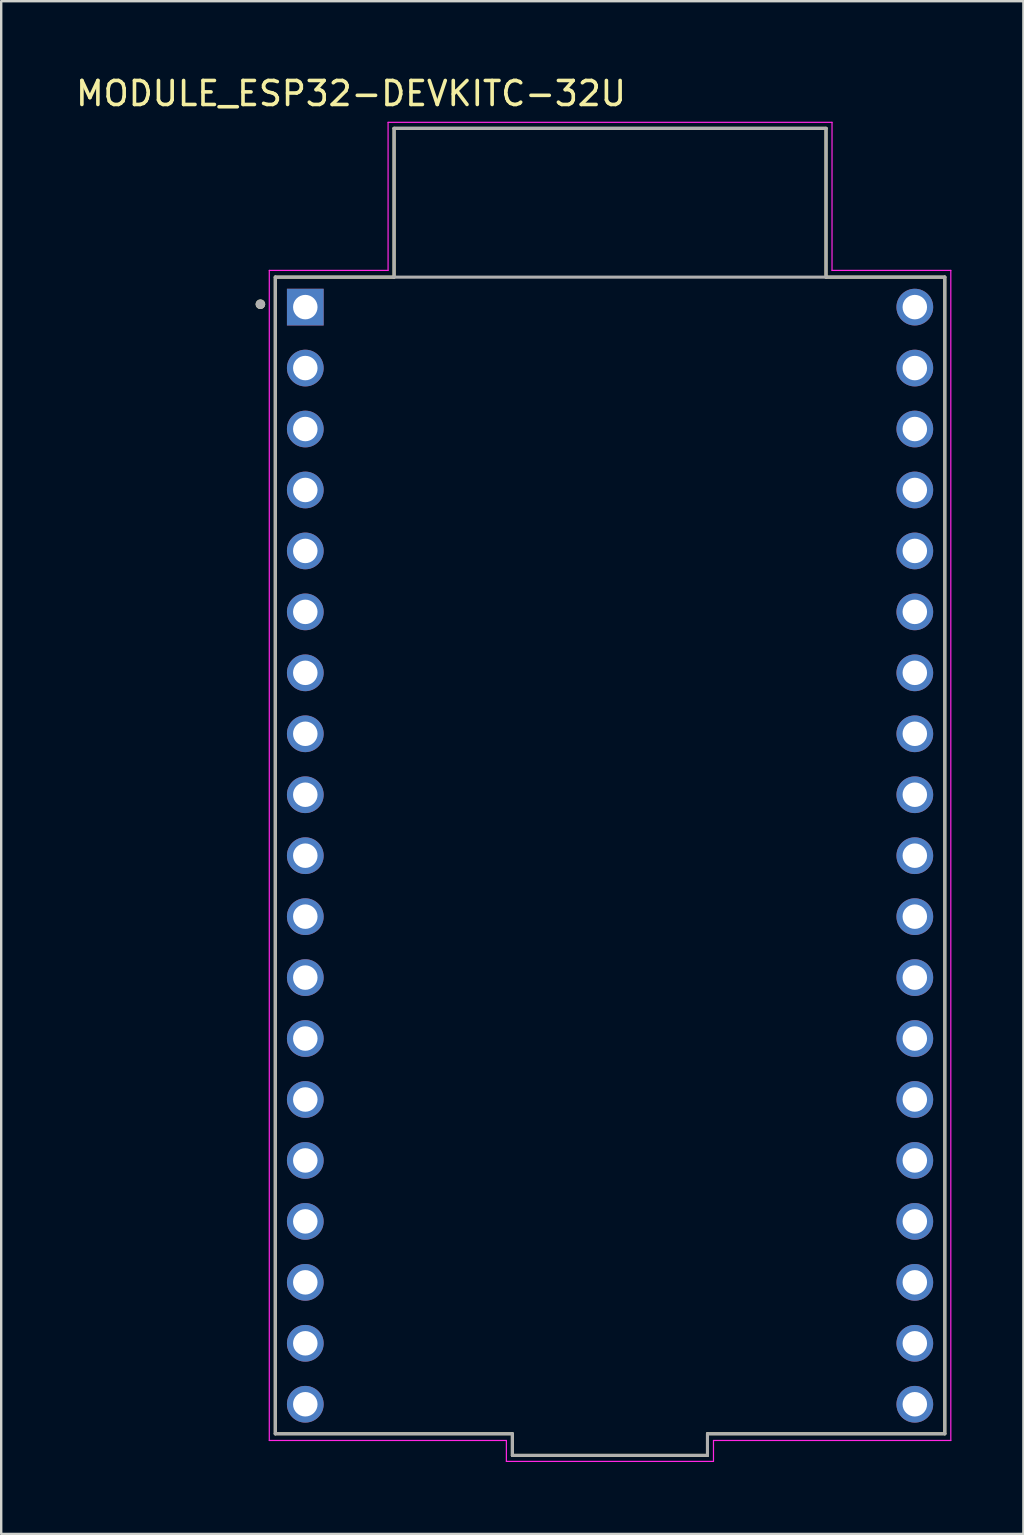
<source format=kicad_pcb>
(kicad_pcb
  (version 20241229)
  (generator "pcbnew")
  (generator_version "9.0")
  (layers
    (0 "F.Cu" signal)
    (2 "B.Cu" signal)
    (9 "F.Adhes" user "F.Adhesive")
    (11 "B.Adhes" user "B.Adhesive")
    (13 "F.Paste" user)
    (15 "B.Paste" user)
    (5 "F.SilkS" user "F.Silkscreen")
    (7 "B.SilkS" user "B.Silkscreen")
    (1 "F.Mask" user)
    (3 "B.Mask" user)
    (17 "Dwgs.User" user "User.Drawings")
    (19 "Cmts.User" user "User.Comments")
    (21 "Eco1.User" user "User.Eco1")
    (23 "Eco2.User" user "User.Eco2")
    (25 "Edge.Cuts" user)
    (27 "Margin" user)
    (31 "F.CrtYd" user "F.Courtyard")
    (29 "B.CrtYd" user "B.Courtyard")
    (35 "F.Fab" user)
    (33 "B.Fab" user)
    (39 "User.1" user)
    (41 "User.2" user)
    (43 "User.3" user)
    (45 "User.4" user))
  (footprint "MODULE_ESP32-DEVKITC-32U"
    (layer "F.Cu")
    (at 22.372 32.598)
    (property "Reference" "MODULE_ESP32-DEVKITC-32U" (at -10.795 -31.75 0) (layer "F.SilkS") (effects (font (size 1 1) (thickness 0.15))))
    (attr through_hole)
    (fp_line (start -13.95 -24.1) (end -13.95 24.1) (stroke (width 0.127) (type solid)) (layer "F.SilkS"))
    (fp_line (start -13.95 24.1) (end -4.07 24.1) (stroke (width 0.127) (type solid)) (layer "F.SilkS"))
    (fp_line (start -9 -30.3) (end 9 -30.3) (stroke (width 0.127) (type solid)) (layer "F.SilkS"))
    (fp_line (start -9 -24.1) (end -13.95 -24.1) (stroke (width 0.127) (type solid)) (layer "F.SilkS"))
    (fp_line (start -9 -24.1) (end -9 -30.3) (stroke (width 0.127) (type solid)) (layer "F.SilkS"))
    (fp_line (start -4.07 24.1) (end -4.07 25) (stroke (width 0.127) (type solid)) (layer "F.SilkS"))
    (fp_line (start -4.07 25) (end 4.06 25) (stroke (width 0.127) (type solid)) (layer "F.SilkS"))
    (fp_line (start 4.06 24.1) (end 13.95 24.1) (stroke (width 0.127) (type solid)) (layer "F.SilkS"))
    (fp_line (start 4.06 25) (end 4.06 24.1) (stroke (width 0.127) (type solid)) (layer "F.SilkS"))
    (fp_line (start 9 -30.3) (end 9 -24.1) (stroke (width 0.127) (type solid)) (layer "F.SilkS"))
    (fp_line (start 13.95 -24.1) (end 9 -24.1) (stroke (width 0.127) (type solid)) (layer "F.SilkS"))
    (fp_line (start 13.95 24.1) (end 13.95 -24.1) (stroke (width 0.127) (type solid)) (layer "F.SilkS"))
    (fp_circle (center -14.57 -22.97) (end -14.47 -22.97) (stroke (width 0.2) (type solid)) (fill no) (layer "F.SilkS"))
    (fp_line (start -14.2 -24.38) (end -14.2 24.38) (stroke (width 0.05) (type solid)) (layer "F.CrtYd"))
    (fp_line (start -14.2 24.38) (end -4.32 24.38) (stroke (width 0.05) (type solid)) (layer "F.CrtYd"))
    (fp_line (start -9.25 -30.55) (end 9.25 -30.55) (stroke (width 0.05) (type solid)) (layer "F.CrtYd"))
    (fp_line (start -9.25 -24.38) (end -14.2 -24.38) (stroke (width 0.05) (type solid)) (layer "F.CrtYd"))
    (fp_line (start -9.25 -24.38) (end -9.25 -30.55) (stroke (width 0.05) (type solid)) (layer "F.CrtYd"))
    (fp_line (start -4.32 24.38) (end -4.32 25.25) (stroke (width 0.05) (type solid)) (layer "F.CrtYd"))
    (fp_line (start -4.32 25.25) (end 4.31 25.25) (stroke (width 0.05) (type solid)) (layer "F.CrtYd"))
    (fp_line (start 4.31 24.38) (end 14.2 24.38) (stroke (width 0.05) (type solid)) (layer "F.CrtYd"))
    (fp_line (start 4.31 25.25) (end 4.31 24.38) (stroke (width 0.05) (type solid)) (layer "F.CrtYd"))
    (fp_line (start 9.25 -30.55) (end 9.25 -24.38) (stroke (width 0.05) (type solid)) (layer "F.CrtYd"))
    (fp_line (start 14.2 -24.38) (end 9.25 -24.38) (stroke (width 0.05) (type solid)) (layer "F.CrtYd"))
    (fp_line (start 14.2 24.38) (end 14.2 -24.38) (stroke (width 0.05) (type solid)) (layer "F.CrtYd"))
    (fp_line (start -13.95 -24.1) (end -13.95 24.1) (stroke (width 0.127) (type solid)) (layer "F.Fab"))
    (fp_line (start -13.95 24.1) (end -4.07 24.1) (stroke (width 0.127) (type solid)) (layer "F.Fab"))
    (fp_line (start -9 -30.3) (end 9 -30.3) (stroke (width 0.127) (type solid)) (layer "F.Fab"))
    (fp_line (start -9 -24.1) (end -13.95 -24.1) (stroke (width 0.127) (type solid)) (layer "F.Fab"))
    (fp_line (start -9 -24.1) (end -9 -30.3) (stroke (width 0.127) (type solid)) (layer "F.Fab"))
    (fp_line (start -4.07 24.1) (end -4.07 25) (stroke (width 0.127) (type solid)) (layer "F.Fab"))
    (fp_line (start -4.07 25) (end 4.06 25) (stroke (width 0.127) (type solid)) (layer "F.Fab"))
    (fp_line (start 4.06 24.1) (end 13.95 24.1) (stroke (width 0.127) (type solid)) (layer "F.Fab"))
    (fp_line (start 4.06 25) (end 4.06 24.1) (stroke (width 0.127) (type solid)) (layer "F.Fab"))
    (fp_line (start 9 -30.3) (end 9 -24.1) (stroke (width 0.127) (type solid)) (layer "F.Fab"))
    (fp_line (start 9 -24.1) (end -9 -24.1) (stroke (width 0.127) (type solid)) (layer "F.Fab"))
    (fp_line (start 13.95 -24.1) (end 9 -24.1) (stroke (width 0.127) (type solid)) (layer "F.Fab"))
    (fp_line (start 13.95 24.1) (end 13.95 -24.1) (stroke (width 0.127) (type solid)) (layer "F.Fab"))
    (fp_circle (center -14.57 -22.97) (end -14.47 -22.97) (stroke (width 0.2) (type solid)) (fill no) (layer "F.Fab"))
    (pad "1" thru_hole rect (at -12.7 -22.85) (size 1.53 1.53) (drill 1.02) (layers "*.Cu" "*.Mask"))
    (pad "2" thru_hole circle (at -12.7 -20.31) (size 1.53 1.53) (drill 1.02) (layers "*.Cu" "*.Mask"))
    (pad "3" thru_hole circle (at -12.7 -17.77) (size 1.53 1.53) (drill 1.02) (layers "*.Cu" "*.Mask"))
    (pad "4" thru_hole circle (at -12.7 -15.23) (size 1.53 1.53) (drill 1.02) (layers "*.Cu" "*.Mask"))
    (pad "5" thru_hole circle (at -12.7 -12.69) (size 1.53 1.53) (drill 1.02) (layers "*.Cu" "*.Mask"))
    (pad "6" thru_hole circle (at -12.7 -10.15) (size 1.53 1.53) (drill 1.02) (layers "*.Cu" "*.Mask"))
    (pad "7" thru_hole circle (at -12.7 -7.61) (size 1.53 1.53) (drill 1.02) (layers "*.Cu" "*.Mask"))
    (pad "8" thru_hole circle (at -12.7 -5.07) (size 1.53 1.53) (drill 1.02) (layers "*.Cu" "*.Mask"))
    (pad "9" thru_hole circle (at -12.7 -2.53) (size 1.53 1.53) (drill 1.02) (layers "*.Cu" "*.Mask"))
    (pad "10" thru_hole circle (at -12.7 0.01) (size 1.53 1.53) (drill 1.02) (layers "*.Cu" "*.Mask"))
    (pad "11" thru_hole circle (at -12.7 2.55) (size 1.53 1.53) (drill 1.02) (layers "*.Cu" "*.Mask"))
    (pad "12" thru_hole circle (at -12.7 5.09) (size 1.53 1.53) (drill 1.02) (layers "*.Cu" "*.Mask"))
    (pad "13" thru_hole circle (at -12.7 7.63) (size 1.53 1.53) (drill 1.02) (layers "*.Cu" "*.Mask"))
    (pad "14" thru_hole circle (at -12.7 10.17) (size 1.53 1.53) (drill 1.02) (layers "*.Cu" "*.Mask"))
    (pad "15" thru_hole circle (at -12.7 12.71) (size 1.53 1.53) (drill 1.02) (layers "*.Cu" "*.Mask"))
    (pad "16" thru_hole circle (at -12.7 15.25) (size 1.53 1.53) (drill 1.02) (layers "*.Cu" "*.Mask"))
    (pad "17" thru_hole circle (at -12.7 17.79) (size 1.53 1.53) (drill 1.02) (layers "*.Cu" "*.Mask"))
    (pad "18" thru_hole circle (at -12.7 20.33) (size 1.53 1.53) (drill 1.02) (layers "*.Cu" "*.Mask"))
    (pad "19" thru_hole circle (at -12.7 22.87) (size 1.53 1.53) (drill 1.02) (layers "*.Cu" "*.Mask"))
    (pad "20" thru_hole circle (at 12.7 22.87) (size 1.53 1.53) (drill 1.02) (layers "*.Cu" "*.Mask"))
    (pad "21" thru_hole circle (at 12.7 20.33) (size 1.53 1.53) (drill 1.02) (layers "*.Cu" "*.Mask"))
    (pad "22" thru_hole circle (at 12.7 17.79) (size 1.53 1.53) (drill 1.02) (layers "*.Cu" "*.Mask"))
    (pad "23" thru_hole circle (at 12.7 15.25) (size 1.53 1.53) (drill 1.02) (layers "*.Cu" "*.Mask"))
    (pad "24" thru_hole circle (at 12.7 12.71) (size 1.53 1.53) (drill 1.02) (layers "*.Cu" "*.Mask"))
    (pad "25" thru_hole circle (at 12.7 10.17) (size 1.53 1.53) (drill 1.02) (layers "*.Cu" "*.Mask"))
    (pad "26" thru_hole circle (at 12.7 7.63) (size 1.53 1.53) (drill 1.02) (layers "*.Cu" "*.Mask"))
    (pad "27" thru_hole circle (at 12.7 5.09) (size 1.53 1.53) (drill 1.02) (layers "*.Cu" "*.Mask"))
    (pad "28" thru_hole circle (at 12.7 2.55) (size 1.53 1.53) (drill 1.02) (layers "*.Cu" "*.Mask"))
    (pad "29" thru_hole circle (at 12.7 0.01) (size 1.53 1.53) (drill 1.02) (layers "*.Cu" "*.Mask"))
    (pad "30" thru_hole circle (at 12.7 -2.53) (size 1.53 1.53) (drill 1.02) (layers "*.Cu" "*.Mask"))
    (pad "31" thru_hole circle (at 12.7 -5.07) (size 1.53 1.53) (drill 1.02) (layers "*.Cu" "*.Mask"))
    (pad "32" thru_hole circle (at 12.7 -7.61) (size 1.53 1.53) (drill 1.02) (layers "*.Cu" "*.Mask"))
    (pad "33" thru_hole circle (at 12.7 -10.15) (size 1.53 1.53) (drill 1.02) (layers "*.Cu" "*.Mask"))
    (pad "34" thru_hole circle (at 12.7 -12.69) (size 1.53 1.53) (drill 1.02) (layers "*.Cu" "*.Mask"))
    (pad "35" thru_hole circle (at 12.7 -15.23) (size 1.53 1.53) (drill 1.02) (layers "*.Cu" "*.Mask"))
    (pad "36" thru_hole circle (at 12.7 -17.77) (size 1.53 1.53) (drill 1.02) (layers "*.Cu" "*.Mask"))
    (pad "37" thru_hole circle (at 12.7 -20.31) (size 1.53 1.53) (drill 1.02) (layers "*.Cu" "*.Mask"))
    (pad "38" thru_hole circle (at 12.7 -22.85) (size 1.53 1.53) (drill 1.02) (layers "*.Cu" "*.Mask")))
  (gr_rect
    (start -3 -3)
    (end 39.597 60.873)
    (stroke (width 0.1) (type default))
    (fill no)
    (layer "Edge.Cuts")))
</source>
